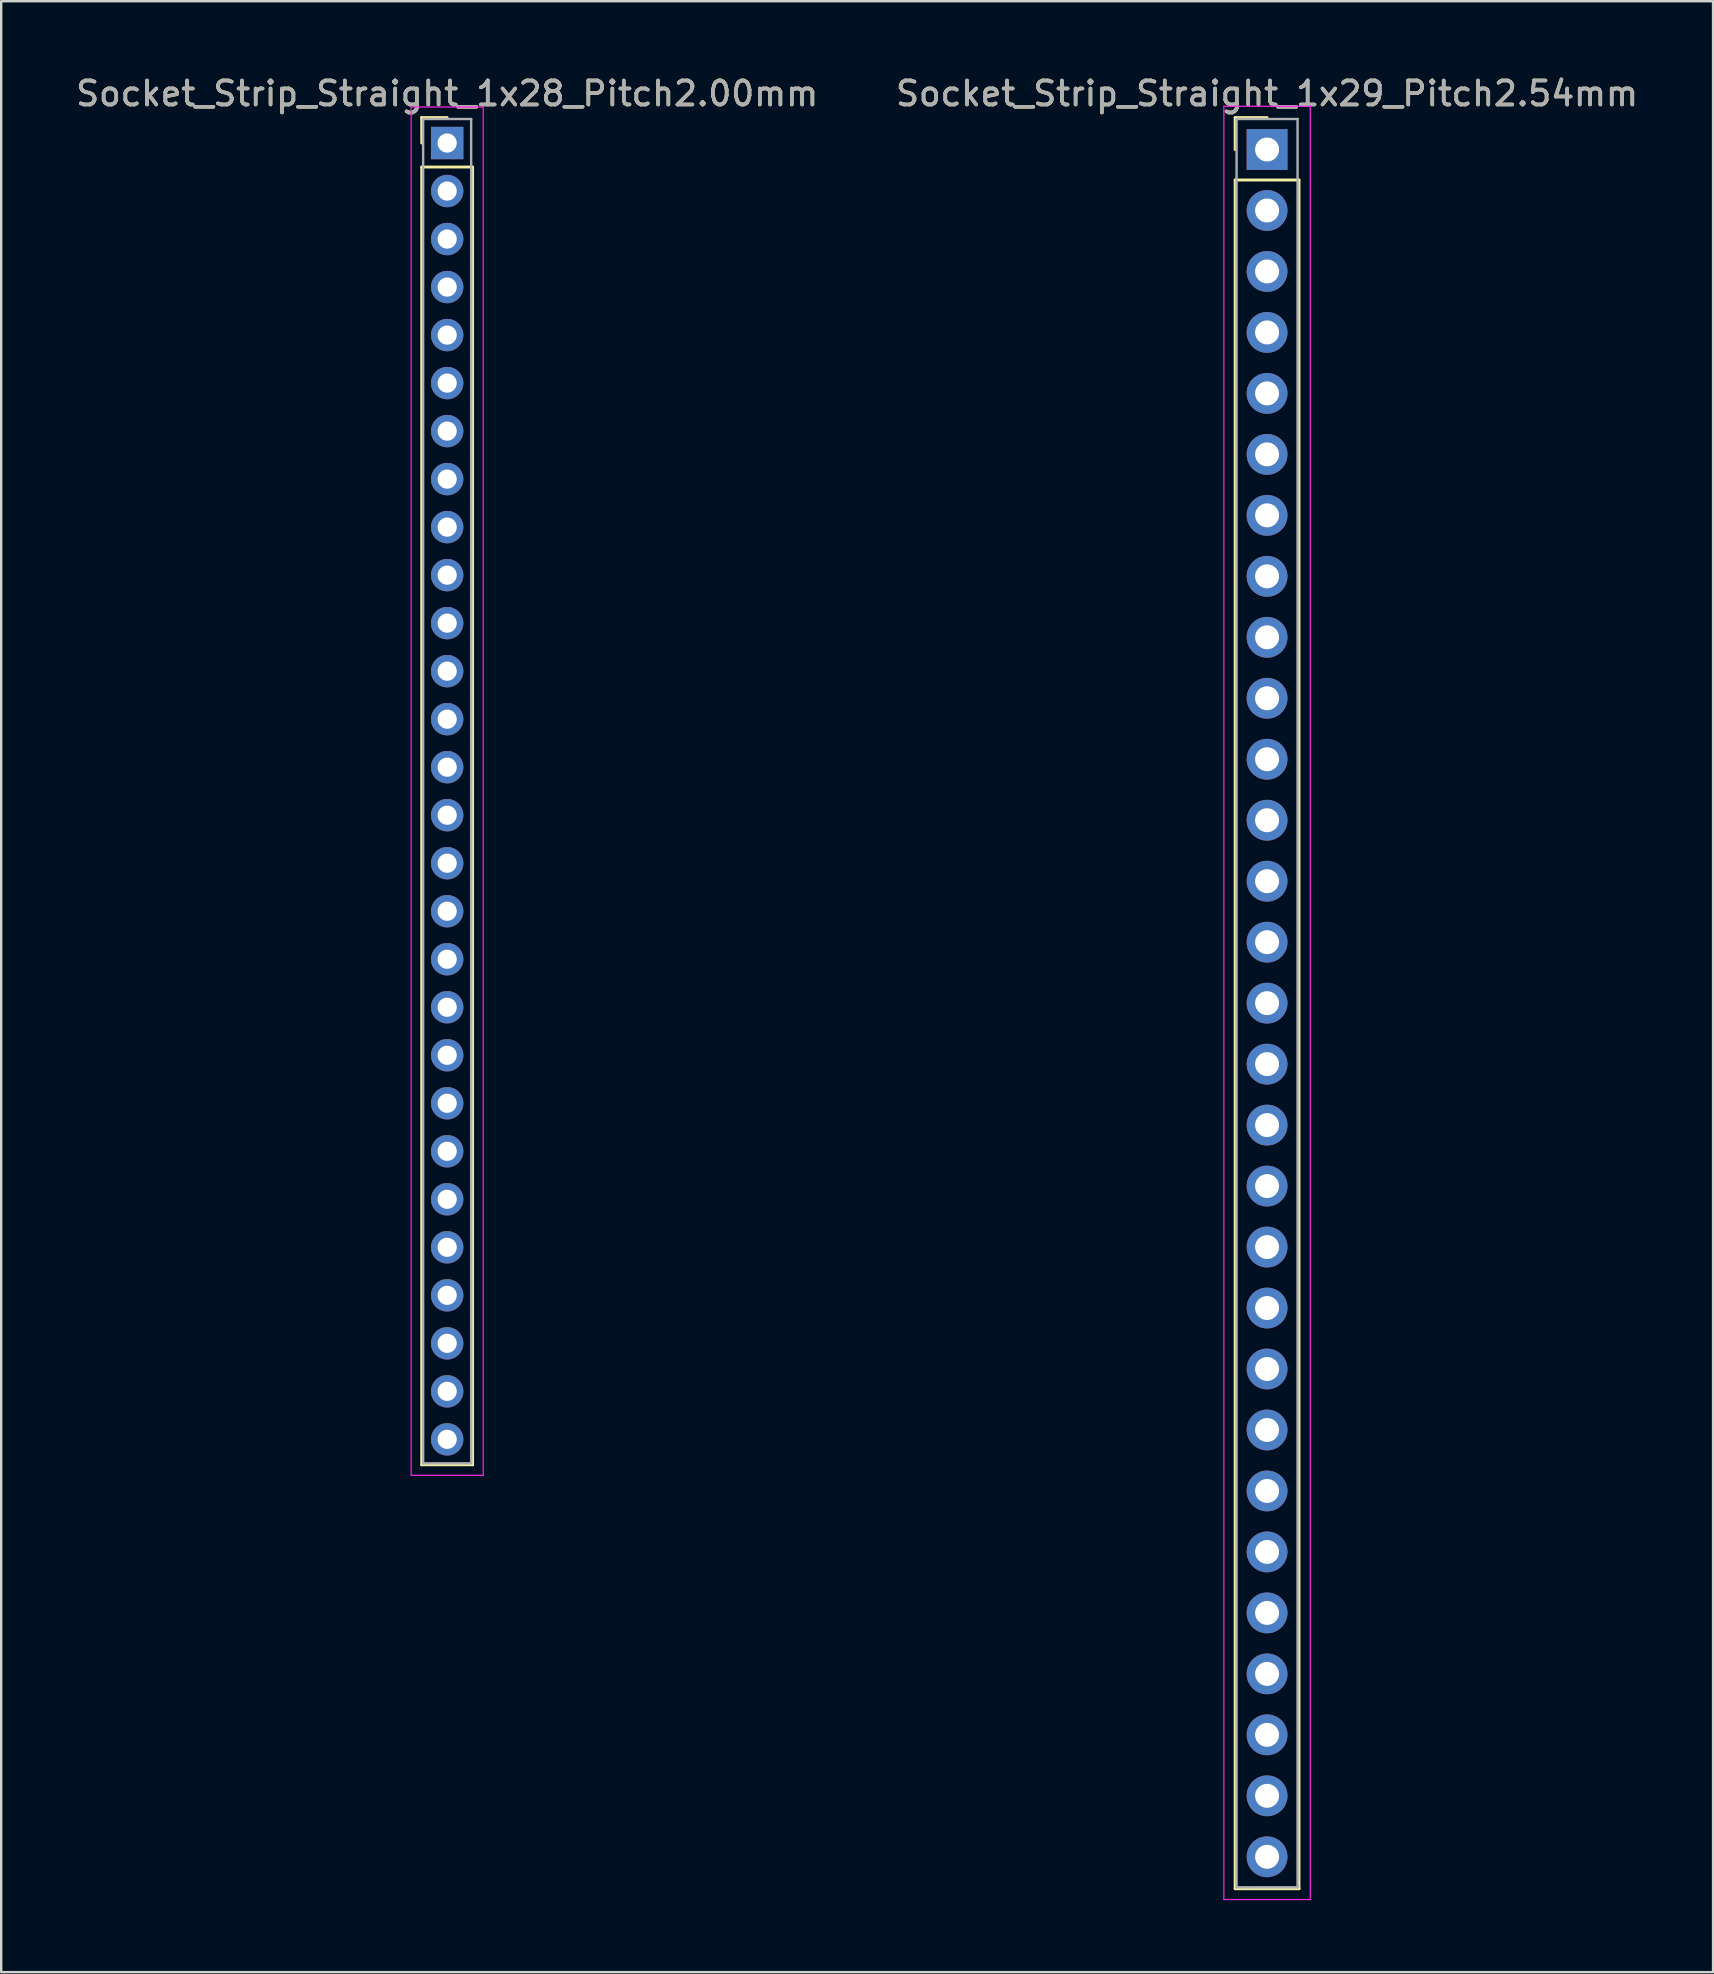
<source format=kicad_pcb>
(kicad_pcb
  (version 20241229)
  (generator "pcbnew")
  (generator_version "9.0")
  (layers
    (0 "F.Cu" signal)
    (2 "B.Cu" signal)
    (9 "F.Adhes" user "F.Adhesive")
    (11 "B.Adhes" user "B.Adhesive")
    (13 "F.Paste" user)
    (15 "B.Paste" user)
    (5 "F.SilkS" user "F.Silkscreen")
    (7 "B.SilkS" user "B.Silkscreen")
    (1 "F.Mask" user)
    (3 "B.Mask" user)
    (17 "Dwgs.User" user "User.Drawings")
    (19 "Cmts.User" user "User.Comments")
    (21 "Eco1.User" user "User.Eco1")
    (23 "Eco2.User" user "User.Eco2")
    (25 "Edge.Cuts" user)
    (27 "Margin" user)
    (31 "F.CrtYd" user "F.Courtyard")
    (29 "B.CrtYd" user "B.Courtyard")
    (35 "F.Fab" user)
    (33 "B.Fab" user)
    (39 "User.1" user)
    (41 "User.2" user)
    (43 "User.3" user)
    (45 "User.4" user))
  (footprint "Socket_Strip_Straight_1x28_Pitch2.00mm"
    (layer "F.Cu")
    (at 15.577 2.908)
    (property "Reference" "Socket_Strip_Straight_1x28_Pitch2.00mm" (at 0 -2.06 0) (layer "F.SilkS") (effects (font (size 1 1) (thickness 0.15))))
    (attr through_hole)
    (fp_line (start -1.06 -1.06) (end 0 -1.06) (stroke (width 0.12) (type solid)) (layer "F.SilkS"))
    (fp_line (start -1.06 0) (end -1.06 -1.06) (stroke (width 0.12) (type solid)) (layer "F.SilkS"))
    (fp_line (start -1.06 1) (end -1.06 55.06) (stroke (width 0.12) (type solid)) (layer "F.SilkS"))
    (fp_line (start -1.06 55.06) (end 1.06 55.06) (stroke (width 0.12) (type solid)) (layer "F.SilkS"))
    (fp_line (start 1.06 1) (end -1.06 1) (stroke (width 0.12) (type solid)) (layer "F.SilkS"))
    (fp_line (start 1.06 55.06) (end 1.06 1) (stroke (width 0.12) (type solid)) (layer "F.SilkS"))
    (fp_line (start -1.5 -1.5) (end -1.5 55.5) (stroke (width 0.05) (type solid)) (layer "F.CrtYd"))
    (fp_line (start -1.5 55.5) (end 1.5 55.5) (stroke (width 0.05) (type solid)) (layer "F.CrtYd"))
    (fp_line (start 1.5 -1.5) (end -1.5 -1.5) (stroke (width 0.05) (type solid)) (layer "F.CrtYd"))
    (fp_line (start 1.5 55.5) (end 1.5 -1.5) (stroke (width 0.05) (type solid)) (layer "F.CrtYd"))
    (fp_line (start -1 -1) (end -1 55) (stroke (width 0.1) (type solid)) (layer "F.Fab"))
    (fp_line (start -1 55) (end 1 55) (stroke (width 0.1) (type solid)) (layer "F.Fab"))
    (fp_line (start 1 -1) (end -1 -1) (stroke (width 0.1) (type solid)) (layer "F.Fab"))
    (fp_line (start 1 55) (end 1 -1) (stroke (width 0.1) (type solid)) (layer "F.Fab"))
    (fp_text user "${REFERENCE}" (at 0 -2.06 0) (layer "F.Fab") (effects (font (size 1 1) (thickness 0.15))))
    (pad "1" thru_hole rect (at 0 0) (size 1.35 1.35) (drill 0.8) (layers "*.Cu" "*.Mask"))
    (pad "2" thru_hole oval (at 0 2) (size 1.35 1.35) (drill 0.8) (layers "*.Cu" "*.Mask"))
    (pad "3" thru_hole oval (at 0 4) (size 1.35 1.35) (drill 0.8) (layers "*.Cu" "*.Mask"))
    (pad "4" thru_hole oval (at 0 6) (size 1.35 1.35) (drill 0.8) (layers "*.Cu" "*.Mask"))
    (pad "5" thru_hole oval (at 0 8) (size 1.35 1.35) (drill 0.8) (layers "*.Cu" "*.Mask"))
    (pad "6" thru_hole oval (at 0 10) (size 1.35 1.35) (drill 0.8) (layers "*.Cu" "*.Mask"))
    (pad "7" thru_hole oval (at 0 12) (size 1.35 1.35) (drill 0.8) (layers "*.Cu" "*.Mask"))
    (pad "8" thru_hole oval (at 0 14) (size 1.35 1.35) (drill 0.8) (layers "*.Cu" "*.Mask"))
    (pad "9" thru_hole oval (at 0 16) (size 1.35 1.35) (drill 0.8) (layers "*.Cu" "*.Mask"))
    (pad "10" thru_hole oval (at 0 18) (size 1.35 1.35) (drill 0.8) (layers "*.Cu" "*.Mask"))
    (pad "11" thru_hole oval (at 0 20) (size 1.35 1.35) (drill 0.8) (layers "*.Cu" "*.Mask"))
    (pad "12" thru_hole oval (at 0 22) (size 1.35 1.35) (drill 0.8) (layers "*.Cu" "*.Mask"))
    (pad "13" thru_hole oval (at 0 24) (size 1.35 1.35) (drill 0.8) (layers "*.Cu" "*.Mask"))
    (pad "14" thru_hole oval (at 0 26) (size 1.35 1.35) (drill 0.8) (layers "*.Cu" "*.Mask"))
    (pad "15" thru_hole oval (at 0 28) (size 1.35 1.35) (drill 0.8) (layers "*.Cu" "*.Mask"))
    (pad "16" thru_hole oval (at 0 30) (size 1.35 1.35) (drill 0.8) (layers "*.Cu" "*.Mask"))
    (pad "17" thru_hole oval (at 0 32) (size 1.35 1.35) (drill 0.8) (layers "*.Cu" "*.Mask"))
    (pad "18" thru_hole oval (at 0 34) (size 1.35 1.35) (drill 0.8) (layers "*.Cu" "*.Mask"))
    (pad "19" thru_hole oval (at 0 36) (size 1.35 1.35) (drill 0.8) (layers "*.Cu" "*.Mask"))
    (pad "20" thru_hole oval (at 0 38) (size 1.35 1.35) (drill 0.8) (layers "*.Cu" "*.Mask"))
    (pad "21" thru_hole oval (at 0 40) (size 1.35 1.35) (drill 0.8) (layers "*.Cu" "*.Mask"))
    (pad "22" thru_hole oval (at 0 42) (size 1.35 1.35) (drill 0.8) (layers "*.Cu" "*.Mask"))
    (pad "23" thru_hole oval (at 0 44) (size 1.35 1.35) (drill 0.8) (layers "*.Cu" "*.Mask"))
    (pad "24" thru_hole oval (at 0 46) (size 1.35 1.35) (drill 0.8) (layers "*.Cu" "*.Mask"))
    (pad "25" thru_hole oval (at 0 48) (size 1.35 1.35) (drill 0.8) (layers "*.Cu" "*.Mask"))
    (pad "26" thru_hole oval (at 0 50) (size 1.35 1.35) (drill 0.8) (layers "*.Cu" "*.Mask"))
    (pad "27" thru_hole oval (at 0 52) (size 1.35 1.35) (drill 0.8) (layers "*.Cu" "*.Mask"))
    (pad "28" thru_hole oval (at 0 54) (size 1.35 1.35) (drill 0.8) (layers "*.Cu" "*.Mask")))
  (footprint "Socket_Strip_Straight_1x29_Pitch2.54mm"
    (layer "F.Cu")
    (at 49.732 3.178)
    (property "Reference" "Socket_Strip_Straight_1x29_Pitch2.54mm" (at 0 -2.33 0) (layer "F.SilkS") (effects (font (size 1 1) (thickness 0.15))))
    (attr through_hole)
    (fp_line (start -1.33 -1.33) (end 0 -1.33) (stroke (width 0.12) (type solid)) (layer "F.SilkS"))
    (fp_line (start -1.33 0) (end -1.33 -1.33) (stroke (width 0.12) (type solid)) (layer "F.SilkS"))
    (fp_line (start -1.33 1.27) (end -1.33 72.45) (stroke (width 0.12) (type solid)) (layer "F.SilkS"))
    (fp_line (start -1.33 72.45) (end 1.33 72.45) (stroke (width 0.12) (type solid)) (layer "F.SilkS"))
    (fp_line (start 1.33 1.27) (end -1.33 1.27) (stroke (width 0.12) (type solid)) (layer "F.SilkS"))
    (fp_line (start 1.33 72.45) (end 1.33 1.27) (stroke (width 0.12) (type solid)) (layer "F.SilkS"))
    (fp_line (start -1.8 -1.8) (end -1.8 72.9) (stroke (width 0.05) (type solid)) (layer "F.CrtYd"))
    (fp_line (start -1.8 72.9) (end 1.8 72.9) (stroke (width 0.05) (type solid)) (layer "F.CrtYd"))
    (fp_line (start 1.8 -1.8) (end -1.8 -1.8) (stroke (width 0.05) (type solid)) (layer "F.CrtYd"))
    (fp_line (start 1.8 72.9) (end 1.8 -1.8) (stroke (width 0.05) (type solid)) (layer "F.CrtYd"))
    (fp_line (start -1.27 -1.27) (end -1.27 72.39) (stroke (width 0.1) (type solid)) (layer "F.Fab"))
    (fp_line (start -1.27 72.39) (end 1.27 72.39) (stroke (width 0.1) (type solid)) (layer "F.Fab"))
    (fp_line (start 1.27 -1.27) (end -1.27 -1.27) (stroke (width 0.1) (type solid)) (layer "F.Fab"))
    (fp_line (start 1.27 72.39) (end 1.27 -1.27) (stroke (width 0.1) (type solid)) (layer "F.Fab"))
    (fp_text user "${REFERENCE}" (at 0 -2.33 0) (layer "F.Fab") (effects (font (size 1 1) (thickness 0.15))))
    (pad "1" thru_hole rect (at 0 0) (size 1.7 1.7) (drill 1) (layers "*.Cu" "*.Mask"))
    (pad "2" thru_hole oval (at 0 2.54) (size 1.7 1.7) (drill 1) (layers "*.Cu" "*.Mask"))
    (pad "3" thru_hole oval (at 0 5.08) (size 1.7 1.7) (drill 1) (layers "*.Cu" "*.Mask"))
    (pad "4" thru_hole oval (at 0 7.62) (size 1.7 1.7) (drill 1) (layers "*.Cu" "*.Mask"))
    (pad "5" thru_hole oval (at 0 10.16) (size 1.7 1.7) (drill 1) (layers "*.Cu" "*.Mask"))
    (pad "6" thru_hole oval (at 0 12.7) (size 1.7 1.7) (drill 1) (layers "*.Cu" "*.Mask"))
    (pad "7" thru_hole oval (at 0 15.24) (size 1.7 1.7) (drill 1) (layers "*.Cu" "*.Mask"))
    (pad "8" thru_hole oval (at 0 17.78) (size 1.7 1.7) (drill 1) (layers "*.Cu" "*.Mask"))
    (pad "9" thru_hole oval (at 0 20.32) (size 1.7 1.7) (drill 1) (layers "*.Cu" "*.Mask"))
    (pad "10" thru_hole oval (at 0 22.86) (size 1.7 1.7) (drill 1) (layers "*.Cu" "*.Mask"))
    (pad "11" thru_hole oval (at 0 25.4) (size 1.7 1.7) (drill 1) (layers "*.Cu" "*.Mask"))
    (pad "12" thru_hole oval (at 0 27.94) (size 1.7 1.7) (drill 1) (layers "*.Cu" "*.Mask"))
    (pad "13" thru_hole oval (at 0 30.48) (size 1.7 1.7) (drill 1) (layers "*.Cu" "*.Mask"))
    (pad "14" thru_hole oval (at 0 33.02) (size 1.7 1.7) (drill 1) (layers "*.Cu" "*.Mask"))
    (pad "15" thru_hole oval (at 0 35.56) (size 1.7 1.7) (drill 1) (layers "*.Cu" "*.Mask"))
    (pad "16" thru_hole oval (at 0 38.1) (size 1.7 1.7) (drill 1) (layers "*.Cu" "*.Mask"))
    (pad "17" thru_hole oval (at 0 40.64) (size 1.7 1.7) (drill 1) (layers "*.Cu" "*.Mask"))
    (pad "18" thru_hole oval (at 0 43.18) (size 1.7 1.7) (drill 1) (layers "*.Cu" "*.Mask"))
    (pad "19" thru_hole oval (at 0 45.72) (size 1.7 1.7) (drill 1) (layers "*.Cu" "*.Mask"))
    (pad "20" thru_hole oval (at 0 48.26) (size 1.7 1.7) (drill 1) (layers "*.Cu" "*.Mask"))
    (pad "21" thru_hole oval (at 0 50.8) (size 1.7 1.7) (drill 1) (layers "*.Cu" "*.Mask"))
    (pad "22" thru_hole oval (at 0 53.34) (size 1.7 1.7) (drill 1) (layers "*.Cu" "*.Mask"))
    (pad "23" thru_hole oval (at 0 55.88) (size 1.7 1.7) (drill 1) (layers "*.Cu" "*.Mask"))
    (pad "24" thru_hole oval (at 0 58.42) (size 1.7 1.7) (drill 1) (layers "*.Cu" "*.Mask"))
    (pad "25" thru_hole oval (at 0 60.96) (size 1.7 1.7) (drill 1) (layers "*.Cu" "*.Mask"))
    (pad "26" thru_hole oval (at 0 63.5) (size 1.7 1.7) (drill 1) (layers "*.Cu" "*.Mask"))
    (pad "27" thru_hole oval (at 0 66.04) (size 1.7 1.7) (drill 1) (layers "*.Cu" "*.Mask"))
    (pad "28" thru_hole oval (at 0 68.58) (size 1.7 1.7) (drill 1) (layers "*.Cu" "*.Mask"))
    (pad "29" thru_hole oval (at 0 71.12) (size 1.7 1.7) (drill 1) (layers "*.Cu" "*.Mask")))
  (gr_rect
    (start -3 -3)
    (end 68.31 79.103)
    (stroke (width 0.1) (type default))
    (fill no)
    (layer "Edge.Cuts")))
</source>
